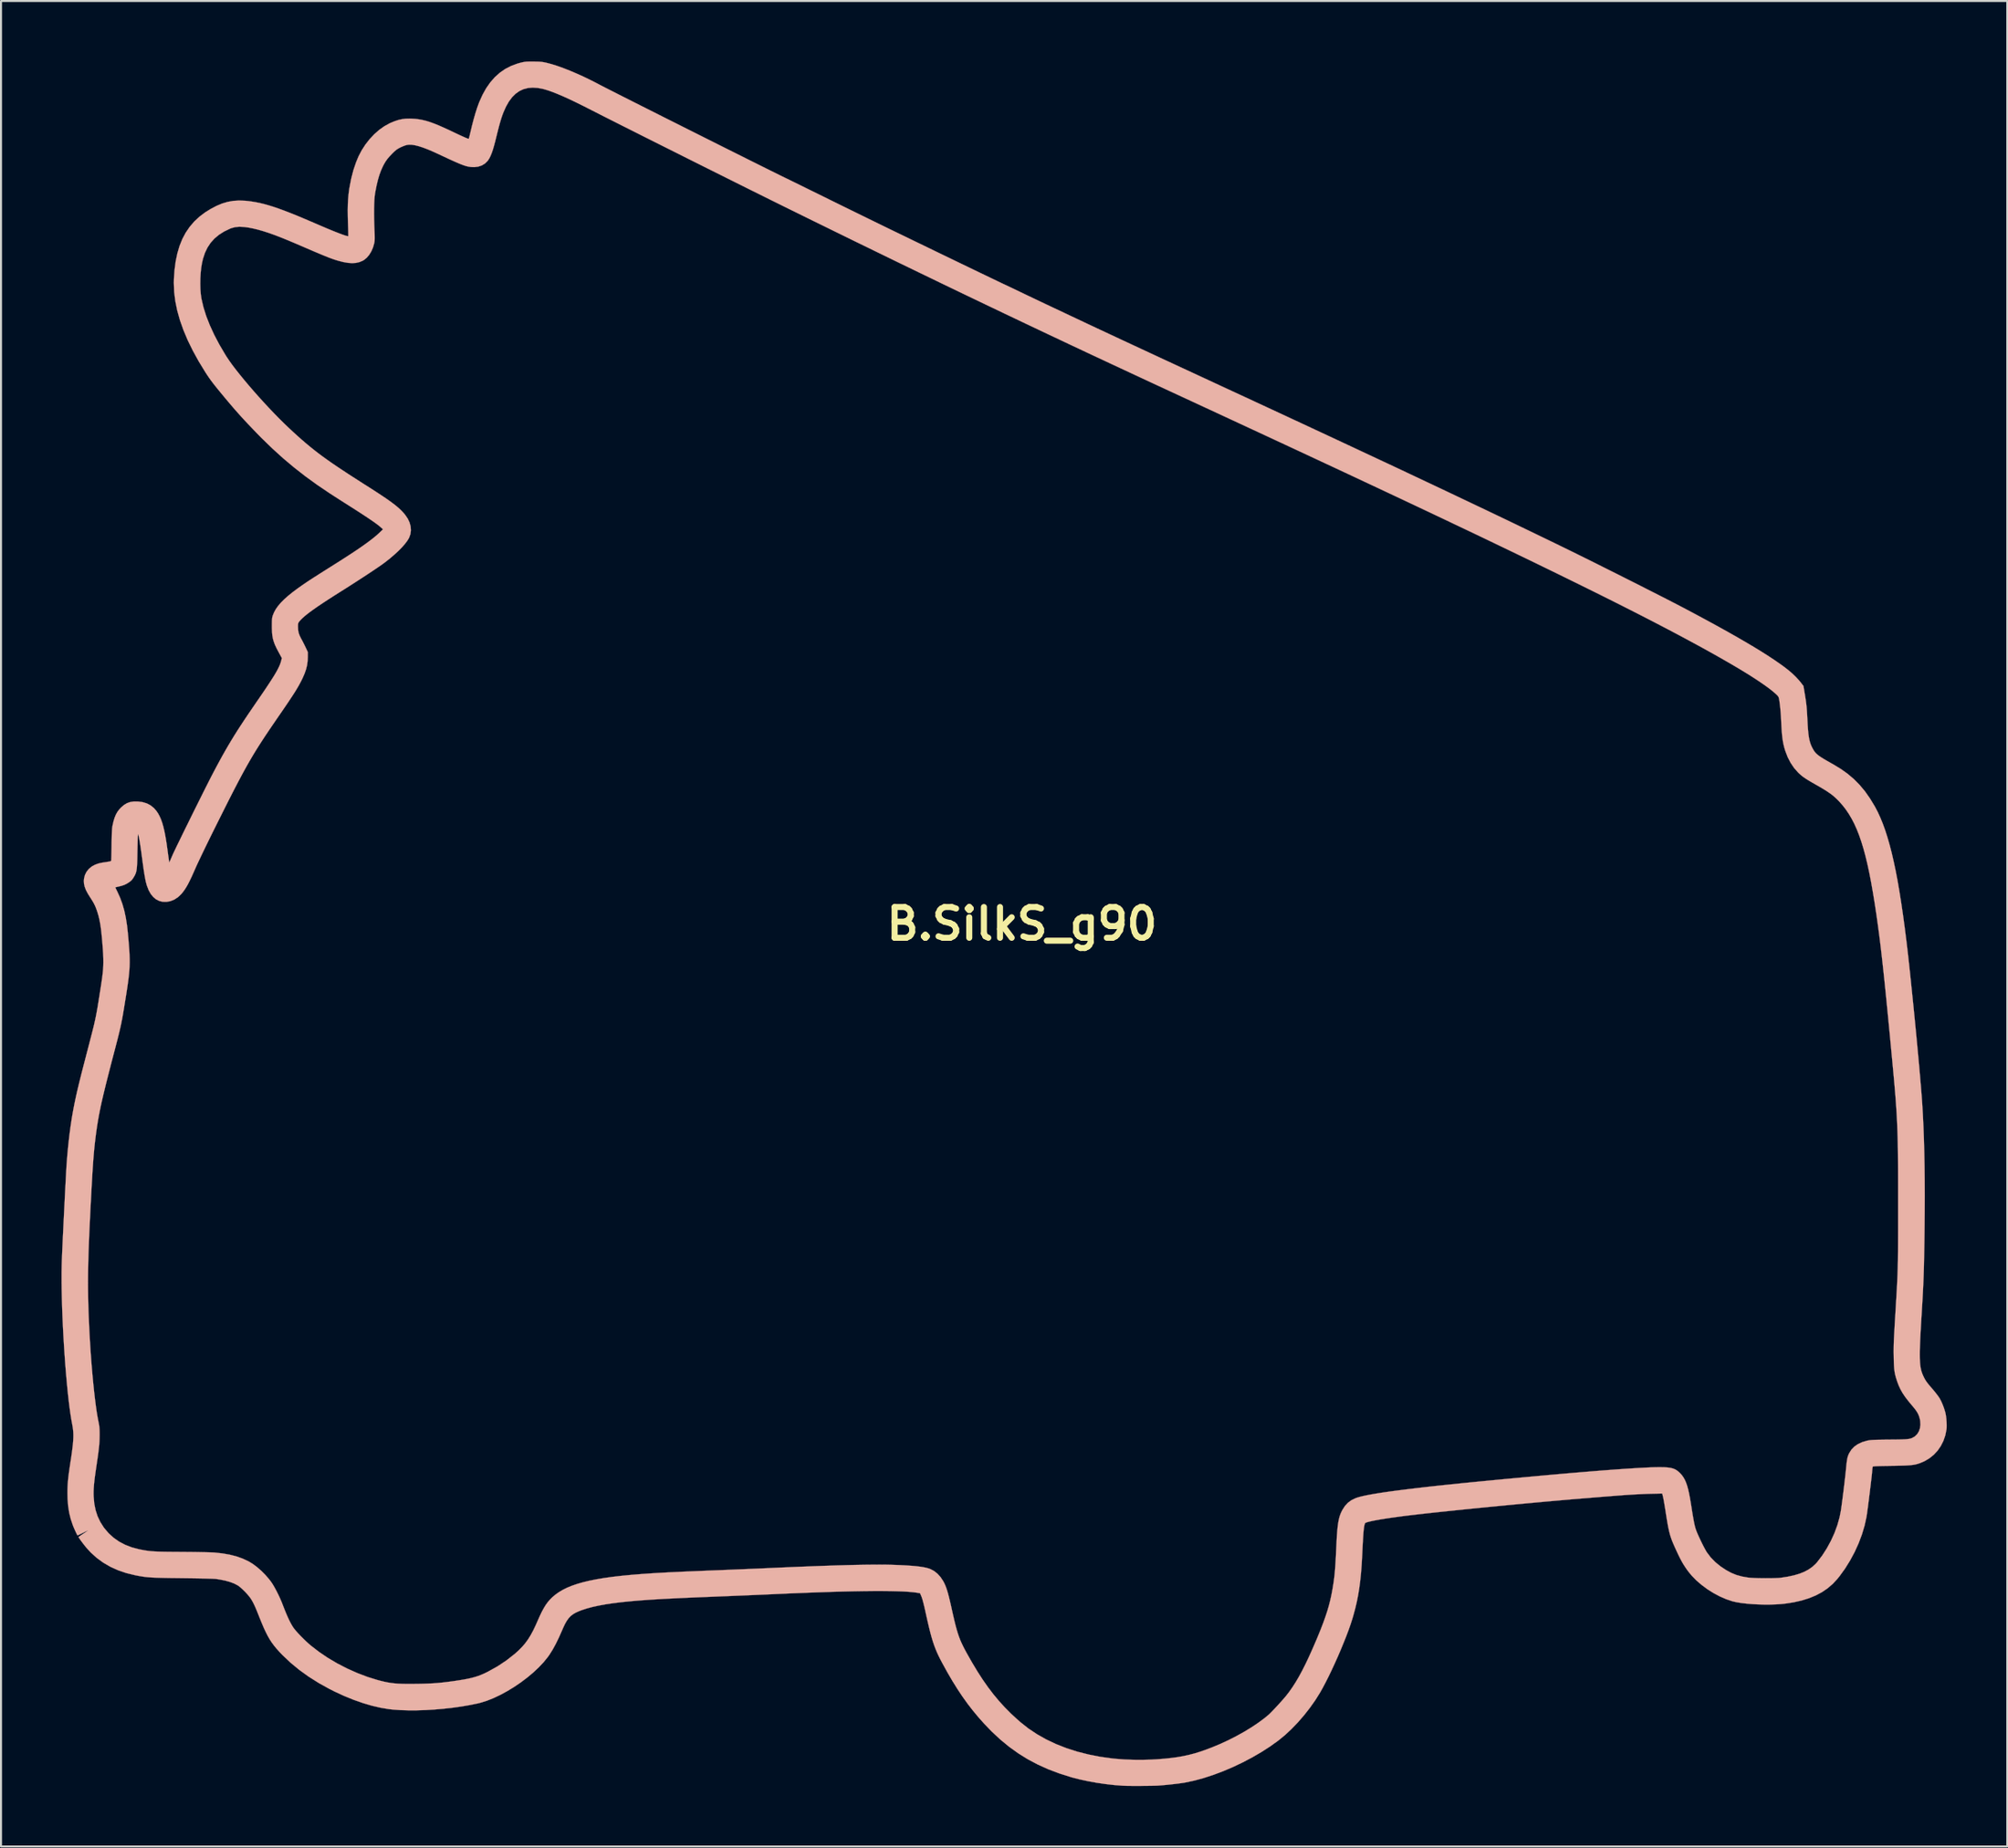
<source format=kicad_pcb>
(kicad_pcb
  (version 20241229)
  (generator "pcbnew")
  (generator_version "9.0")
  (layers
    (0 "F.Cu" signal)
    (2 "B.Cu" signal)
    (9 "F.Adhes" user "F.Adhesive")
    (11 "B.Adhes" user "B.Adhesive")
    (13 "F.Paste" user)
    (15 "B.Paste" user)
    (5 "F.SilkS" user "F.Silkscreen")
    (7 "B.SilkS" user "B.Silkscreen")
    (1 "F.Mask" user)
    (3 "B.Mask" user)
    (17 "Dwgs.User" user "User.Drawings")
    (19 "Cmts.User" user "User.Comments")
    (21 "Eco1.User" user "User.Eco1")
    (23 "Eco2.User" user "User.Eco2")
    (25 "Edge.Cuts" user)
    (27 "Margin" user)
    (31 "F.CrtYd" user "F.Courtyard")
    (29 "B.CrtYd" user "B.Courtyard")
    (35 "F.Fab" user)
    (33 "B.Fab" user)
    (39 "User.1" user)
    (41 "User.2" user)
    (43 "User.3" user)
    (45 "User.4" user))
  (footprint "B.SilkS_g90"
    (layer "F.Cu")
    (at 47.624 42.77)
    (property "Reference" "B.SilkS_g90" (at 0 0 0) (layer "F.SilkS") (effects (font (size 1.524 1.524) (thickness 0.3))))
    (attr through_hole)
    (fp_poly (pts (xy -24.225 -42.765) (xy -24.075 -42.763) (xy -23.957 -42.76) (xy -23.862 -42.754) (xy -23.778 -42.745) (xy -23.696 -42.731) (xy -23.606 -42.712) (xy -23.58 -42.706) (xy -23.328 -42.64) (xy -23.048 -42.552) (xy -22.742 -42.442) (xy -22.418 -42.315) (xy -22.079 -42.171) (xy -21.73 -42.013) (xy -21.378 -41.842) (xy -21.025 -41.662) (xy -20.966 -41.63) (xy -20.893 -41.592) (xy -20.785 -41.536) (xy -20.643 -41.463) (xy -20.47 -41.375) (xy -20.268 -41.273) (xy -20.04 -41.157) (xy -19.786 -41.028) (xy -19.51 -40.889) (xy -19.214 -40.739) (xy -18.9 -40.581) (xy -18.57 -40.415) (xy -18.226 -40.242) (xy -17.872 -40.063) (xy -17.507 -39.88) (xy -17.136 -39.694) (xy -16.76 -39.505) (xy -16.382 -39.315) (xy -16.003 -39.125) (xy -15.626 -38.936) (xy -15.253 -38.749) (xy -14.886 -38.565) (xy -14.528 -38.386) (xy -14.18 -38.212) (xy -13.845 -38.045) (xy -13.526 -37.885) (xy -13.223 -37.734) (xy -12.94 -37.593) (xy -12.679 -37.463) (xy -12.442 -37.345) (xy -12.231 -37.241) (xy -12.048 -37.15) (xy -11.895 -37.075) (xy -11.776 -37.017) (xy -11.719 -36.989) (xy -11.645 -36.954) (xy -11.538 -36.902) (xy -11.403 -36.835) (xy -11.244 -36.758) (xy -11.067 -36.671) (xy -10.877 -36.577) (xy -10.677 -36.478) (xy -10.474 -36.378) (xy -10.425 -36.354) (xy -10.153 -36.22) (xy -9.86 -36.076) (xy -9.552 -35.924) (xy -9.233 -35.767) (xy -8.909 -35.607) (xy -8.585 -35.449) (xy -8.267 -35.293) (xy -7.96 -35.142) (xy -7.67 -35) (xy -7.401 -34.869) (xy -7.16 -34.751) (xy -6.953 -34.65) (xy -6.656 -34.505) (xy -6.344 -34.354) (xy -6.02 -34.197) (xy -5.685 -34.035) (xy -5.344 -33.869) (xy -4.998 -33.702) (xy -4.65 -33.533) (xy -4.301 -33.364) (xy -3.956 -33.197) (xy -3.616 -33.033) (xy -3.283 -32.872) (xy -2.961 -32.717) (xy -2.651 -32.567) (xy -2.357 -32.425) (xy -2.08 -32.292) (xy -1.823 -32.169) (xy -1.589 -32.056) (xy -1.38 -31.956) (xy -1.199 -31.869) (xy -1.048 -31.797) (xy -0.93 -31.741) (xy -0.847 -31.702) (xy -0.836 -31.697) (xy -0.759 -31.661) (xy -0.656 -31.612) (xy -0.542 -31.558) (xy -0.429 -31.504) (xy -0.423 -31.501) (xy -0.247 -31.417) (xy -0.083 -31.338) (xy 0.072 -31.264) (xy 0.221 -31.192) (xy 0.368 -31.122) (xy 0.515 -31.052) (xy 0.666 -30.98) (xy 0.823 -30.905) (xy 0.991 -30.826) (xy 1.171 -30.74) (xy 1.368 -30.647) (xy 1.584 -30.545) (xy 1.823 -30.433) (xy 2.087 -30.308) (xy 2.379 -30.17) (xy 2.704 -30.017) (xy 3.063 -29.847) (xy 3.09 -29.835) (xy 3.28 -29.745) (xy 3.479 -29.652) (xy 3.688 -29.553) (xy 3.909 -29.45) (xy 4.144 -29.34) (xy 4.393 -29.224) (xy 4.658 -29.1) (xy 4.94 -28.968) (xy 5.241 -28.828) (xy 5.563 -28.678) (xy 5.906 -28.518) (xy 6.272 -28.348) (xy 6.662 -28.167) (xy 7.078 -27.973) (xy 7.521 -27.768) (xy 7.993 -27.549) (xy 8.495 -27.316) (xy 9.028 -27.069) (xy 9.593 -26.806) (xy 10.193 -26.528) (xy 10.828 -26.234) (xy 11.5 -25.923) (xy 11.599 -25.876) (xy 11.848 -25.761) (xy 12.128 -25.631) (xy 12.434 -25.489) (xy 12.761 -25.337) (xy 13.105 -25.177) (xy 13.461 -25.011) (xy 13.823 -24.843) (xy 14.186 -24.673) (xy 14.547 -24.505) (xy 14.899 -24.341) (xy 15.238 -24.183) (xy 15.559 -24.033) (xy 15.857 -23.894) (xy 16.127 -23.767) (xy 16.365 -23.656) (xy 16.394 -23.643) (xy 16.596 -23.548) (xy 16.805 -23.45) (xy 17.015 -23.352) (xy 17.218 -23.257) (xy 17.406 -23.169) (xy 17.573 -23.09) (xy 17.712 -23.026) (xy 17.748 -23.009) (xy 17.961 -22.909) (xy 18.207 -22.794) (xy 18.48 -22.666) (xy 18.775 -22.527) (xy 19.085 -22.381) (xy 19.407 -22.229) (xy 19.733 -22.075) (xy 20.059 -21.921) (xy 20.38 -21.77) (xy 20.688 -21.624) (xy 20.98 -21.486) (xy 21.25 -21.358) (xy 21.491 -21.244) (xy 21.654 -21.166) (xy 21.842 -21.076) (xy 22.025 -20.99) (xy 22.197 -20.908) (xy 22.353 -20.834) (xy 22.489 -20.769) (xy 22.6 -20.716) (xy 22.682 -20.678) (xy 22.722 -20.658) (xy 22.805 -20.619) (xy 22.913 -20.568) (xy 23.034 -20.51) (xy 23.156 -20.452) (xy 23.188 -20.436) (xy 23.311 -20.378) (xy 23.438 -20.317) (xy 23.558 -20.259) (xy 23.656 -20.213) (xy 23.675 -20.204) (xy 23.776 -20.155) (xy 23.911 -20.091) (xy 24.076 -20.012) (xy 24.266 -19.92) (xy 24.477 -19.819) (xy 24.706 -19.708) (xy 24.947 -19.592) (xy 25.196 -19.472) (xy 25.451 -19.349) (xy 25.705 -19.226) (xy 25.955 -19.105) (xy 26.197 -18.988) (xy 26.426 -18.877) (xy 26.639 -18.774) (xy 26.681 -18.753) (xy 26.925 -18.634) (xy 27.196 -18.501) (xy 27.492 -18.355) (xy 27.809 -18.198) (xy 28.143 -18.033) (xy 28.491 -17.86) (xy 28.848 -17.681) (xy 29.213 -17.498) (xy 29.581 -17.314) (xy 29.948 -17.129) (xy 30.312 -16.946) (xy 30.669 -16.766) (xy 31.014 -16.59) (xy 31.346 -16.422) (xy 31.66 -16.262) (xy 31.952 -16.113) (xy 32.22 -15.975) (xy 32.46 -15.851) (xy 32.668 -15.743) (xy 32.808 -15.67) (xy 33.421 -15.344) (xy 33.995 -15.035) (xy 34.532 -14.741) (xy 35.032 -14.463) (xy 35.497 -14.199) (xy 35.928 -13.949) (xy 36.324 -13.713) (xy 36.688 -13.49) (xy 37.019 -13.279) (xy 37.319 -13.081) (xy 37.589 -12.894) (xy 37.829 -12.719) (xy 38.014 -12.574) (xy 38.201 -12.414) (xy 38.38 -12.241) (xy 38.539 -12.068) (xy 38.612 -11.978) (xy 38.75 -11.8) (xy 38.816 -11.409) (xy 38.847 -11.219) (xy 38.872 -11.052) (xy 38.892 -10.897) (xy 38.908 -10.744) (xy 38.921 -10.583) (xy 38.932 -10.404) (xy 38.943 -10.196) (xy 38.947 -10.118) (xy 38.961 -9.852) (xy 38.977 -9.623) (xy 38.996 -9.427) (xy 39.02 -9.257) (xy 39.049 -9.11) (xy 39.085 -8.979) (xy 39.128 -8.86) (xy 39.18 -8.747) (xy 39.241 -8.636) (xy 39.243 -8.633) (xy 39.285 -8.567) (xy 39.331 -8.506) (xy 39.385 -8.448) (xy 39.45 -8.389) (xy 39.531 -8.327) (xy 39.631 -8.259) (xy 39.754 -8.182) (xy 39.905 -8.093) (xy 40.086 -7.99) (xy 40.229 -7.91) (xy 40.601 -7.685) (xy 40.941 -7.443) (xy 41.252 -7.179) (xy 41.538 -6.889) (xy 41.804 -6.57) (xy 42.052 -6.217) (xy 42.287 -5.828) (xy 42.306 -5.794) (xy 42.438 -5.541) (xy 42.564 -5.266) (xy 42.686 -4.968) (xy 42.802 -4.646) (xy 42.914 -4.298) (xy 43.022 -3.923) (xy 43.127 -3.52) (xy 43.227 -3.086) (xy 43.325 -2.621) (xy 43.42 -2.123) (xy 43.512 -1.59) (xy 43.602 -1.021) (xy 43.691 -0.414) (xy 43.778 0.231) (xy 43.864 0.917) (xy 43.889 1.132) (xy 43.923 1.423) (xy 43.959 1.745) (xy 43.998 2.094) (xy 44.038 2.466) (xy 44.079 2.859) (xy 44.121 3.268) (xy 44.164 3.689) (xy 44.208 4.12) (xy 44.251 4.556) (xy 44.294 4.994) (xy 44.336 5.43) (xy 44.377 5.861) (xy 44.416 6.283) (xy 44.454 6.692) (xy 44.49 7.084) (xy 44.523 7.457) (xy 44.553 7.806) (xy 44.58 8.128) (xy 44.604 8.419) (xy 44.623 8.675) (xy 44.639 8.894) (xy 44.64 8.911) (xy 44.673 9.471) (xy 44.701 10.059) (xy 44.724 10.676) (xy 44.742 11.325) (xy 44.755 12.006) (xy 44.763 12.722) (xy 44.766 13.474) (xy 44.763 14.263) (xy 44.756 15.092) (xy 44.749 15.674) (xy 44.743 16.045) (xy 44.737 16.379) (xy 44.731 16.685) (xy 44.725 16.967) (xy 44.717 17.232) (xy 44.709 17.487) (xy 44.699 17.737) (xy 44.688 17.99) (xy 44.675 18.252) (xy 44.66 18.529) (xy 44.643 18.828) (xy 44.623 19.154) (xy 44.61 19.378) (xy 44.586 19.768) (xy 44.566 20.119) (xy 44.549 20.434) (xy 44.536 20.714) (xy 44.526 20.963) (xy 44.52 21.183) (xy 44.519 21.377) (xy 44.521 21.549) (xy 44.527 21.7) (xy 44.537 21.833) (xy 44.552 21.952) (xy 44.57 22.058) (xy 44.593 22.155) (xy 44.621 22.246) (xy 44.653 22.332) (xy 44.69 22.417) (xy 44.704 22.447) (xy 44.745 22.531) (xy 44.787 22.607) (xy 44.834 22.681) (xy 44.89 22.759) (xy 44.961 22.849) (xy 45.052 22.957) (xy 45.159 23.081) (xy 45.248 23.187) (xy 45.336 23.298) (xy 45.416 23.403) (xy 45.479 23.493) (xy 45.5 23.525) (xy 45.577 23.668) (xy 45.652 23.838) (xy 45.721 24.02) (xy 45.776 24.199) (xy 45.798 24.289) (xy 45.82 24.414) (xy 45.837 24.562) (xy 45.848 24.718) (xy 45.852 24.868) (xy 45.85 25) (xy 45.843 25.072) (xy 45.785 25.365) (xy 45.691 25.639) (xy 45.563 25.893) (xy 45.404 26.124) (xy 45.215 26.328) (xy 44.998 26.503) (xy 44.757 26.647) (xy 44.556 26.733) (xy 44.472 26.763) (xy 44.392 26.788) (xy 44.31 26.809) (xy 44.222 26.826) (xy 44.124 26.839) (xy 44.01 26.85) (xy 43.876 26.859) (xy 43.717 26.866) (xy 43.529 26.871) (xy 43.307 26.876) (xy 43.1 26.879) (xy 42.873 26.883) (xy 42.684 26.886) (xy 42.532 26.89) (xy 42.412 26.894) (xy 42.321 26.898) (xy 42.257 26.904) (xy 42.215 26.909) (xy 42.193 26.916) (xy 42.187 26.92) (xy 42.179 26.953) (xy 42.169 27.016) (xy 42.161 27.101) (xy 42.157 27.156) (xy 42.151 27.225) (xy 42.14 27.331) (xy 42.125 27.467) (xy 42.106 27.628) (xy 42.085 27.809) (xy 42.061 28.003) (xy 42.037 28.205) (xy 42.011 28.41) (xy 41.986 28.611) (xy 41.961 28.803) (xy 41.938 28.981) (xy 41.916 29.138) (xy 41.898 29.269) (xy 41.883 29.369) (xy 41.876 29.411) (xy 41.782 29.842) (xy 41.651 30.281) (xy 41.486 30.719) (xy 41.289 31.152) (xy 41.064 31.572) (xy 40.814 31.974) (xy 40.541 32.352) (xy 40.431 32.488) (xy 40.204 32.733) (xy 39.952 32.95) (xy 39.674 33.14) (xy 39.367 33.304) (xy 39.03 33.443) (xy 38.662 33.557) (xy 38.26 33.648) (xy 37.878 33.708) (xy 37.633 33.734) (xy 37.365 33.751) (xy 37.081 33.759) (xy 36.789 33.759) (xy 36.495 33.751) (xy 36.207 33.735) (xy 35.931 33.712) (xy 35.675 33.682) (xy 35.446 33.645) (xy 35.25 33.601) (xy 35.225 33.594) (xy 34.914 33.49) (xy 34.6 33.353) (xy 34.289 33.187) (xy 33.988 32.997) (xy 33.703 32.786) (xy 33.441 32.561) (xy 33.21 32.324) (xy 33.044 32.122) (xy 32.95 31.992) (xy 32.866 31.867) (xy 32.786 31.741) (xy 32.709 31.606) (xy 32.63 31.457) (xy 32.546 31.286) (xy 32.453 31.088) (xy 32.367 30.899) (xy 32.3 30.747) (xy 32.242 30.607) (xy 32.193 30.475) (xy 32.149 30.343) (xy 32.111 30.205) (xy 32.075 30.055) (xy 32.04 29.887) (xy 32.005 29.693) (xy 31.968 29.468) (xy 31.94 29.295) (xy 31.906 29.074) (xy 31.876 28.891) (xy 31.851 28.741) (xy 31.83 28.618) (xy 31.811 28.519) (xy 31.795 28.439) (xy 31.779 28.372) (xy 31.771 28.342) (xy 31.747 28.251) (xy 31.172 28.264) (xy 30.979 28.27) (xy 30.759 28.279) (xy 30.528 28.29) (xy 30.299 28.302) (xy 30.089 28.315) (xy 30.004 28.321) (xy 29.881 28.329) (xy 29.766 28.338) (xy 29.654 28.346) (xy 29.542 28.355) (xy 29.424 28.364) (xy 29.298 28.374) (xy 29.159 28.385) (xy 29.004 28.397) (xy 28.827 28.411) (xy 28.626 28.427) (xy 28.396 28.446) (xy 28.133 28.468) (xy 27.833 28.492) (xy 27.728 28.501) (xy 27.323 28.534) (xy 26.894 28.571) (xy 26.446 28.61) (xy 25.982 28.651) (xy 25.505 28.695) (xy 25.018 28.74) (xy 24.525 28.786) (xy 24.029 28.833) (xy 23.533 28.881) (xy 23.041 28.929) (xy 22.556 28.977) (xy 22.082 29.025) (xy 21.621 29.072) (xy 21.177 29.118) (xy 20.754 29.162) (xy 20.354 29.205) (xy 19.981 29.246) (xy 19.639 29.285) (xy 19.33 29.321) (xy 19.058 29.353) (xy 18.923 29.37) (xy 18.603 29.413) (xy 18.306 29.454) (xy 18.034 29.495) (xy 17.79 29.534) (xy 17.575 29.572) (xy 17.392 29.607) (xy 17.243 29.64) (xy 17.129 29.67) (xy 17.053 29.697) (xy 17.017 29.72) (xy 17.016 29.722) (xy 16.999 29.759) (xy 16.985 29.808) (xy 16.971 29.872) (xy 16.958 29.953) (xy 16.946 30.055) (xy 16.934 30.182) (xy 16.923 30.335) (xy 16.911 30.518) (xy 16.899 30.734) (xy 16.886 30.986) (xy 16.872 31.277) (xy 16.87 31.316) (xy 16.845 31.77) (xy 16.813 32.189) (xy 16.773 32.579) (xy 16.725 32.946) (xy 16.668 33.297) (xy 16.6 33.638) (xy 16.52 33.975) (xy 16.428 34.315) (xy 16.382 34.47) (xy 16.299 34.728) (xy 16.198 35.015) (xy 16.081 35.327) (xy 15.95 35.655) (xy 15.81 35.995) (xy 15.662 36.339) (xy 15.509 36.681) (xy 15.355 37.014) (xy 15.201 37.333) (xy 15.051 37.63) (xy 14.908 37.9) (xy 14.789 38.111) (xy 14.547 38.499) (xy 14.277 38.881) (xy 13.985 39.253) (xy 13.678 39.607) (xy 13.359 39.938) (xy 13.035 40.239) (xy 12.71 40.505) (xy 12.703 40.51) (xy 12.301 40.798) (xy 11.871 41.075) (xy 11.418 41.338) (xy 10.949 41.585) (xy 10.469 41.813) (xy 9.984 42.02) (xy 9.499 42.203) (xy 9.021 42.359) (xy 8.555 42.487) (xy 8.107 42.583) (xy 8.033 42.596) (xy 7.906 42.615) (xy 7.747 42.637) (xy 7.566 42.659) (xy 7.371 42.68) (xy 7.174 42.701) (xy 6.984 42.718) (xy 6.811 42.732) (xy 6.773 42.735) (xy 6.682 42.74) (xy 6.555 42.744) (xy 6.4 42.747) (xy 6.225 42.749) (xy 6.037 42.751) (xy 5.843 42.752) (xy 5.65 42.752) (xy 5.466 42.752) (xy 5.298 42.75) (xy 5.153 42.748) (xy 5.038 42.744) (xy 4.995 42.742) (xy 4.576 42.71) (xy 4.14 42.66) (xy 3.701 42.596) (xy 3.268 42.517) (xy 2.853 42.427) (xy 2.467 42.328) (xy 2.424 42.315) (xy 1.843 42.131) (xy 1.295 41.923) (xy 0.777 41.689) (xy 0.284 41.427) (xy -0.187 41.134) (xy -0.64 40.808) (xy -1.077 40.448) (xy -1.503 40.051) (xy -1.88 39.659) (xy -2.166 39.337) (xy -2.437 39.01) (xy -2.697 38.674) (xy -2.949 38.322) (xy -3.197 37.95) (xy -3.444 37.553) (xy -3.694 37.125) (xy -3.946 36.667) (xy -4.045 36.48) (xy -4.133 36.303) (xy -4.213 36.13) (xy -4.285 35.957) (xy -4.353 35.778) (xy -4.417 35.588) (xy -4.479 35.382) (xy -4.541 35.155) (xy -4.604 34.903) (xy -4.671 34.619) (xy -4.743 34.3) (xy -4.752 34.258) (xy -4.801 34.035) (xy -4.844 33.849) (xy -4.882 33.695) (xy -4.915 33.569) (xy -4.945 33.467) (xy -4.973 33.385) (xy -5 33.316) (xy -5.002 33.314) (xy -5.053 33.196) (xy -5.207 33.171) (xy -5.39 33.146) (xy -5.613 33.126) (xy -5.878 33.11) (xy -6.184 33.098) (xy -6.532 33.09) (xy -6.92 33.086) (xy -7.351 33.086) (xy -7.823 33.091) (xy -8.336 33.1) (xy -8.891 33.113) (xy -9.488 33.13) (xy -10.127 33.152) (xy -10.808 33.178) (xy -11.531 33.207) (xy -12.296 33.241) (xy -12.298 33.242) (xy -12.545 33.253) (xy -12.825 33.265) (xy -13.13 33.278) (xy -13.45 33.292) (xy -13.776 33.306) (xy -14.1 33.319) (xy -14.413 33.332) (xy -14.704 33.344) (xy -14.806 33.348) (xy -15.296 33.368) (xy -15.747 33.386) (xy -16.16 33.403) (xy -16.54 33.419) (xy -16.889 33.435) (xy -17.209 33.45) (xy -17.503 33.465) (xy -17.775 33.479) (xy -18.026 33.493) (xy -18.261 33.507) (xy -18.48 33.521) (xy -18.688 33.536) (xy -18.887 33.55) (xy -19.08 33.566) (xy -19.269 33.582) (xy -19.367 33.591) (xy -19.831 33.637) (xy -20.254 33.689) (xy -20.639 33.746) (xy -20.989 33.81) (xy -21.304 33.879) (xy -21.587 33.956) (xy -21.841 34.039) (xy -21.971 34.09) (xy -22.127 34.16) (xy -22.26 34.238) (xy -22.376 34.329) (xy -22.478 34.437) (xy -22.572 34.568) (xy -22.663 34.728) (xy -22.754 34.922) (xy -22.796 35.02) (xy -22.957 35.384) (xy -23.116 35.71) (xy -23.274 35.998) (xy -23.429 36.245) (xy -23.506 36.354) (xy -23.716 36.614) (xy -23.961 36.874) (xy -24.235 37.131) (xy -24.534 37.381) (xy -24.85 37.619) (xy -25.18 37.844) (xy -25.519 38.05) (xy -25.859 38.235) (xy -26.198 38.396) (xy -26.528 38.528) (xy -26.845 38.627) (xy -26.966 38.658) (xy -27.367 38.74) (xy -27.788 38.813) (xy -28.225 38.875) (xy -28.671 38.925) (xy -29.119 38.964) (xy -29.563 38.991) (xy -29.996 39.005) (xy -30.413 39.006) (xy -30.807 38.994) (xy -31.172 38.969) (xy -31.39 38.945) (xy -31.805 38.875) (xy -32.241 38.773) (xy -32.692 38.64) (xy -33.154 38.477) (xy -33.623 38.285) (xy -34.094 38.067) (xy -34.328 37.949) (xy -34.866 37.651) (xy -35.368 37.334) (xy -35.834 36.999) (xy -36.266 36.642) (xy -36.665 36.265) (xy -36.684 36.245) (xy -36.834 36.088) (xy -36.967 35.939) (xy -37.087 35.792) (xy -37.197 35.643) (xy -37.299 35.486) (xy -37.396 35.317) (xy -37.492 35.13) (xy -37.59 34.92) (xy -37.692 34.682) (xy -37.802 34.411) (xy -37.858 34.269) (xy -37.939 34.067) (xy -38.01 33.898) (xy -38.075 33.757) (xy -38.137 33.635) (xy -38.198 33.528) (xy -38.238 33.464) (xy -38.314 33.361) (xy -38.412 33.244) (xy -38.524 33.123) (xy -38.642 33.008) (xy -38.755 32.906) (xy -38.855 32.828) (xy -38.878 32.813) (xy -39.05 32.721) (xy -39.26 32.64) (xy -39.505 32.571) (xy -39.782 32.516) (xy -39.973 32.487) (xy -40.023 32.484) (xy -40.111 32.479) (xy -40.233 32.475) (xy -40.387 32.471) (xy -40.566 32.466) (xy -40.769 32.462) (xy -40.99 32.458) (xy -41.226 32.454) (xy -41.473 32.451) (xy -41.624 32.449) (xy -41.94 32.445) (xy -42.217 32.442) (xy -42.46 32.438) (xy -42.672 32.433) (xy -42.857 32.428) (xy -43.019 32.422) (xy -43.161 32.415) (xy -43.288 32.406) (xy -43.403 32.396) (xy -43.51 32.384) (xy -43.614 32.369) (xy -43.717 32.352) (xy -43.824 32.333) (xy -43.938 32.311) (xy -43.984 32.301) (xy -44.417 32.195) (xy -44.822 32.056) (xy -45.201 31.885) (xy -45.552 31.681) (xy -45.876 31.445) (xy -46.174 31.176) (xy -46.395 30.934) (xy -46.461 30.853) (xy -46.532 30.762) (xy -46.602 30.67) (xy -46.667 30.582) (xy -46.721 30.506) (xy -46.759 30.447) (xy -46.778 30.414) (xy -46.778 30.41) (xy -46.762 30.396) (xy -46.716 30.363) (xy -46.648 30.316) (xy -46.565 30.26) (xy -46.545 30.247) (xy -46.459 30.19) (xy -46.388 30.141) (xy -46.337 30.105) (xy -46.313 30.087) (xy -46.313 30.085) (xy -46.33 30.091) (xy -46.379 30.113) (xy -46.452 30.148) (xy -46.541 30.192) (xy -46.569 30.206) (xy -46.663 30.252) (xy -46.742 30.29) (xy -46.8 30.317) (xy -46.829 30.328) (xy -46.831 30.328) (xy -46.85 30.297) (xy -46.881 30.236) (xy -46.92 30.153) (xy -46.963 30.06) (xy -47.006 29.963) (xy -47.043 29.873) (xy -47.064 29.82) (xy -47.166 29.514) (xy -47.243 29.202) (xy -47.294 28.875) (xy -47.322 28.525) (xy -47.328 28.23) (xy -47.327 28.065) (xy -47.322 27.908) (xy -47.313 27.753) (xy -47.3 27.591) (xy -47.281 27.415) (xy -47.256 27.219) (xy -47.224 26.995) (xy -47.19 26.766) (xy -47.145 26.473) (xy -47.109 26.217) (xy -47.08 25.994) (xy -47.058 25.798) (xy -47.044 25.626) (xy -47.036 25.472) (xy -47.035 25.332) (xy -47.04 25.202) (xy -47.052 25.077) (xy -47.069 24.952) (xy -47.092 24.823) (xy -47.094 24.814) (xy -47.142 24.549) (xy -47.189 24.246) (xy -47.235 23.908) (xy -47.279 23.539) (xy -47.322 23.143) (xy -47.362 22.725) (xy -47.401 22.287) (xy -47.438 21.833) (xy -47.471 21.368) (xy -47.502 20.895) (xy -47.53 20.419) (xy -47.555 19.942) (xy -47.576 19.469) (xy -47.593 19.004) (xy -47.606 18.55) (xy -47.615 18.111) (xy -47.618 17.816) (xy -46.311 17.816) (xy -46.309 18.178) (xy -46.304 18.538) (xy -46.295 18.901) (xy -46.284 19.271) (xy -46.268 19.652) (xy -46.25 20.048) (xy -46.238 20.288) (xy -46.212 20.736) (xy -46.184 21.18) (xy -46.152 21.617) (xy -46.118 22.044) (xy -46.082 22.457) (xy -46.044 22.853) (xy -46.005 23.228) (xy -45.964 23.578) (xy -45.923 23.9) (xy -45.882 24.19) (xy -45.84 24.444) (xy -45.801 24.649) (xy -45.776 24.773) (xy -45.758 24.876) (xy -45.747 24.969) (xy -45.74 25.066) (xy -45.736 25.178) (xy -45.735 25.318) (xy -45.735 25.337) (xy -45.737 25.464) (xy -45.74 25.587) (xy -45.746 25.711) (xy -45.756 25.841) (xy -45.77 25.984) (xy -45.789 26.143) (xy -45.812 26.325) (xy -45.842 26.536) (xy -45.878 26.779) (xy -45.899 26.924) (xy -45.939 27.197) (xy -45.972 27.434) (xy -45.997 27.64) (xy -46.015 27.821) (xy -46.027 27.983) (xy -46.034 28.131) (xy -46.035 28.271) (xy -46.031 28.406) (xy -46 28.753) (xy -45.935 29.076) (xy -45.837 29.377) (xy -45.703 29.66) (xy -45.534 29.927) (xy -45.5 29.973) (xy -45.283 30.227) (xy -45.039 30.448) (xy -44.767 30.638) (xy -44.468 30.796) (xy -44.14 30.922) (xy -43.785 31.016) (xy -43.754 31.022) (xy -43.64 31.045) (xy -43.535 31.064) (xy -43.435 31.081) (xy -43.335 31.095) (xy -43.232 31.107) (xy -43.121 31.117) (xy -42.999 31.125) (xy -42.86 31.131) (xy -42.702 31.136) (xy -42.519 31.14) (xy -42.309 31.143) (xy -42.066 31.145) (xy -41.786 31.147) (xy -41.656 31.148) (xy -41.413 31.15) (xy -41.176 31.152) (xy -40.948 31.155) (xy -40.734 31.159) (xy -40.539 31.163) (xy -40.369 31.167) (xy -40.226 31.171) (xy -40.117 31.175) (xy -40.047 31.179) (xy -39.651 31.222) (xy -39.289 31.285) (xy -38.958 31.369) (xy -38.654 31.475) (xy -38.374 31.604) (xy -38.339 31.622) (xy -38.137 31.746) (xy -37.928 31.902) (xy -37.72 32.084) (xy -37.52 32.285) (xy -37.336 32.496) (xy -37.226 32.641) (xy -37.146 32.763) (xy -37.056 32.917) (xy -36.962 33.092) (xy -36.868 33.279) (xy -36.78 33.469) (xy -36.702 33.652) (xy -36.681 33.708) (xy -36.583 33.958) (xy -36.496 34.173) (xy -36.417 34.357) (xy -36.345 34.514) (xy -36.277 34.65) (xy -36.211 34.77) (xy -36.145 34.877) (xy -36.135 34.893) (xy -36.073 34.976) (xy -35.986 35.081) (xy -35.878 35.2) (xy -35.756 35.328) (xy -35.626 35.458) (xy -35.495 35.585) (xy -35.367 35.702) (xy -35.264 35.791) (xy -34.856 36.106) (xy -34.416 36.404) (xy -33.948 36.68) (xy -33.461 36.931) (xy -32.959 37.155) (xy -32.451 37.348) (xy -31.972 37.497) (xy -31.788 37.546) (xy -31.618 37.587) (xy -31.454 37.621) (xy -31.291 37.647) (xy -31.123 37.667) (xy -30.944 37.682) (xy -30.747 37.69) (xy -30.527 37.695) (xy -30.277 37.695) (xy -29.991 37.692) (xy -29.975 37.692) (xy -29.688 37.686) (xy -29.433 37.677) (xy -29.199 37.666) (xy -28.978 37.65) (xy -28.759 37.629) (xy -28.532 37.603) (xy -28.287 37.571) (xy -28.205 37.56) (xy -27.927 37.518) (xy -27.686 37.479) (xy -27.475 37.439) (xy -27.287 37.396) (xy -27.117 37.35) (xy -26.959 37.299) (xy -26.806 37.24) (xy -26.652 37.173) (xy -26.492 37.095) (xy -26.474 37.086) (xy -26.007 36.826) (xy -25.566 36.533) (xy -25.147 36.204) (xy -25.134 36.193) (xy -24.947 36.024) (xy -24.78 35.854) (xy -24.629 35.677) (xy -24.491 35.488) (xy -24.361 35.278) (xy -24.234 35.044) (xy -24.107 34.778) (xy -24.018 34.576) (xy -23.909 34.33) (xy -23.809 34.121) (xy -23.712 33.941) (xy -23.617 33.785) (xy -23.519 33.649) (xy -23.415 33.526) (xy -23.302 33.412) (xy -23.293 33.403) (xy -23.137 33.27) (xy -22.964 33.147) (xy -22.771 33.032) (xy -22.558 32.926) (xy -22.321 32.828) (xy -22.06 32.738) (xy -21.773 32.655) (xy -21.458 32.579) (xy -21.113 32.51) (xy -20.737 32.446) (xy -20.328 32.389) (xy -19.884 32.337) (xy -19.403 32.29) (xy -18.885 32.247) (xy -18.326 32.208) (xy -18.119 32.196) (xy -17.953 32.186) (xy -17.784 32.177) (xy -17.61 32.167) (xy -17.427 32.158) (xy -17.231 32.149) (xy -17.02 32.139) (xy -16.79 32.128) (xy -16.537 32.117) (xy -16.26 32.106) (xy -15.953 32.093) (xy -15.614 32.079) (xy -15.24 32.064) (xy -14.827 32.048) (xy -14.785 32.046) (xy -14.559 32.037) (xy -14.299 32.026) (xy -14.012 32.014) (xy -13.708 32.002) (xy -13.394 31.988) (xy -13.078 31.975) (xy -12.769 31.961) (xy -12.474 31.948) (xy -12.298 31.94) (xy -11.591 31.909) (xy -10.926 31.882) (xy -10.302 31.858) (xy -9.719 31.837) (xy -9.177 31.819) (xy -8.675 31.805) (xy -8.213 31.794) (xy -7.791 31.786) (xy -7.407 31.782) (xy -7.062 31.78) (xy -6.755 31.782) (xy -6.486 31.788) (xy -6.392 31.791) (xy -6.051 31.804) (xy -5.748 31.819) (xy -5.483 31.837) (xy -5.252 31.857) (xy -5.053 31.881) (xy -4.882 31.907) (xy -4.738 31.937) (xy -4.618 31.971) (xy -4.547 31.996) (xy -4.361 32.093) (xy -4.189 32.229) (xy -4.036 32.399) (xy -3.906 32.595) (xy -3.854 32.693) (xy -3.806 32.798) (xy -3.76 32.914) (xy -3.715 33.047) (xy -3.669 33.201) (xy -3.622 33.38) (xy -3.571 33.589) (xy -3.515 33.833) (xy -3.481 33.988) (xy -3.414 34.287) (xy -3.353 34.55) (xy -3.296 34.782) (xy -3.24 34.987) (xy -3.184 35.173) (xy -3.127 35.343) (xy -3.066 35.503) (xy -2.999 35.658) (xy -2.925 35.814) (xy -2.843 35.976) (xy -2.749 36.15) (xy -2.749 36.15) (xy -2.478 36.628) (xy -2.213 37.069) (xy -1.95 37.477) (xy -1.685 37.856) (xy -1.416 38.209) (xy -1.139 38.542) (xy -0.851 38.858) (xy -0.55 39.162) (xy -0.23 39.457) (xy -0.074 39.594) (xy 0.319 39.905) (xy 0.745 40.189) (xy 1.201 40.447) (xy 1.685 40.677) (xy 2.198 40.878) (xy 2.736 41.052) (xy 3.298 41.195) (xy 3.882 41.309) (xy 4.488 41.393) (xy 4.678 41.412) (xy 5.092 41.443) (xy 5.529 41.459) (xy 5.973 41.462) (xy 6.407 41.45) (xy 6.689 41.434) (xy 7.061 41.405) (xy 7.398 41.369) (xy 7.709 41.327) (xy 8 41.276) (xy 8.281 41.215) (xy 8.559 41.142) (xy 8.841 41.055) (xy 9.135 40.952) (xy 9.43 40.84) (xy 9.833 40.672) (xy 10.235 40.486) (xy 10.629 40.285) (xy 11.01 40.074) (xy 11.371 39.854) (xy 11.707 39.63) (xy 12.011 39.406) (xy 12.219 39.235) (xy 12.28 39.179) (xy 12.362 39.097) (xy 12.461 38.995) (xy 12.572 38.878) (xy 12.687 38.754) (xy 12.802 38.627) (xy 12.911 38.505) (xy 13.009 38.393) (xy 13.09 38.297) (xy 13.095 38.291) (xy 13.256 38.083) (xy 13.415 37.856) (xy 13.574 37.608) (xy 13.734 37.336) (xy 13.896 37.037) (xy 14.062 36.708) (xy 14.233 36.347) (xy 14.411 35.951) (xy 14.598 35.518) (xy 14.673 35.338) (xy 14.816 34.988) (xy 14.939 34.669) (xy 15.045 34.373) (xy 15.137 34.095) (xy 15.216 33.826) (xy 15.284 33.562) (xy 15.343 33.295) (xy 15.395 33.019) (xy 15.408 32.946) (xy 15.435 32.779) (xy 15.459 32.621) (xy 15.48 32.465) (xy 15.499 32.306) (xy 15.515 32.138) (xy 15.53 31.958) (xy 15.544 31.758) (xy 15.557 31.533) (xy 15.571 31.279) (xy 15.584 30.99) (xy 15.589 30.893) (xy 15.603 30.594) (xy 15.618 30.334) (xy 15.635 30.108) (xy 15.654 29.912) (xy 15.676 29.742) (xy 15.702 29.594) (xy 15.732 29.463) (xy 15.766 29.346) (xy 15.807 29.238) (xy 15.854 29.136) (xy 15.893 29.062) (xy 16.018 28.869) (xy 16.164 28.711) (xy 16.335 28.585) (xy 16.535 28.487) (xy 16.595 28.465) (xy 16.728 28.424) (xy 16.898 28.382) (xy 17.103 28.338) (xy 17.344 28.293) (xy 17.622 28.246) (xy 17.938 28.197) (xy 18.291 28.146) (xy 18.682 28.094) (xy 19.112 28.04) (xy 19.581 27.984) (xy 20.09 27.925) (xy 20.639 27.865) (xy 21.228 27.803) (xy 21.858 27.738) (xy 22.53 27.672) (xy 23.135 27.613) (xy 23.906 27.539) (xy 24.647 27.47) (xy 25.356 27.405) (xy 26.033 27.343) (xy 26.677 27.286) (xy 27.288 27.233) (xy 27.864 27.185) (xy 28.406 27.14) (xy 28.912 27.1) (xy 29.381 27.065) (xy 29.814 27.034) (xy 30.209 27.008) (xy 30.566 26.986) (xy 30.883 26.969) (xy 31.161 26.956) (xy 31.398 26.949) (xy 31.593 26.946) (xy 31.612 26.946) (xy 31.825 26.949) (xy 32.001 26.959) (xy 32.148 26.978) (xy 32.27 27.007) (xy 32.373 27.047) (xy 32.465 27.099) (xy 32.542 27.158) (xy 32.64 27.249) (xy 32.726 27.345) (xy 32.801 27.451) (xy 32.869 27.571) (xy 32.929 27.709) (xy 32.984 27.867) (xy 33.035 28.052) (xy 33.083 28.266) (xy 33.13 28.513) (xy 33.177 28.797) (xy 33.189 28.871) (xy 33.227 29.118) (xy 33.261 29.326) (xy 33.292 29.502) (xy 33.319 29.649) (xy 33.344 29.772) (xy 33.368 29.875) (xy 33.392 29.963) (xy 33.413 30.028) (xy 33.45 30.13) (xy 33.504 30.259) (xy 33.57 30.407) (xy 33.644 30.564) (xy 33.721 30.723) (xy 33.797 30.874) (xy 33.869 31.009) (xy 33.931 31.119) (xy 33.961 31.168) (xy 34.15 31.418) (xy 34.375 31.65) (xy 34.639 31.866) (xy 34.919 32.051) (xy 35.174 32.189) (xy 35.432 32.294) (xy 35.704 32.369) (xy 35.999 32.42) (xy 36.068 32.428) (xy 36.183 32.437) (xy 36.328 32.444) (xy 36.495 32.45) (xy 36.677 32.453) (xy 36.865 32.455) (xy 37.051 32.454) (xy 37.228 32.452) (xy 37.387 32.447) (xy 37.521 32.441) (xy 37.622 32.432) (xy 37.634 32.43) (xy 37.977 32.377) (xy 38.283 32.31) (xy 38.554 32.23) (xy 38.793 32.135) (xy 39.003 32.023) (xy 39.188 31.894) (xy 39.351 31.745) (xy 39.435 31.652) (xy 39.684 31.325) (xy 39.911 30.972) (xy 40.114 30.599) (xy 40.29 30.212) (xy 40.434 29.82) (xy 40.544 29.428) (xy 40.606 29.115) (xy 40.623 29.007) (xy 40.642 28.865) (xy 40.665 28.694) (xy 40.69 28.502) (xy 40.716 28.296) (xy 40.743 28.082) (xy 40.769 27.868) (xy 40.793 27.66) (xy 40.816 27.465) (xy 40.835 27.291) (xy 40.851 27.144) (xy 40.861 27.04) (xy 40.879 26.858) (xy 40.895 26.711) (xy 40.912 26.593) (xy 40.93 26.496) (xy 40.952 26.414) (xy 40.979 26.341) (xy 41.011 26.269) (xy 41.022 26.247) (xy 41.133 26.072) (xy 41.278 25.923) (xy 41.455 25.8) (xy 41.665 25.703) (xy 41.905 25.633) (xy 41.974 25.619) (xy 42.032 25.61) (xy 42.103 25.602) (xy 42.191 25.596) (xy 42.3 25.591) (xy 42.435 25.587) (xy 42.599 25.584) (xy 42.798 25.581) (xy 43 25.579) (xy 43.234 25.577) (xy 43.43 25.575) (xy 43.593 25.571) (xy 43.726 25.566) (xy 43.834 25.56) (xy 43.921 25.551) (xy 43.992 25.541) (xy 44.052 25.528) (xy 44.103 25.512) (xy 44.142 25.497) (xy 44.278 25.418) (xy 44.39 25.309) (xy 44.474 25.173) (xy 44.528 25.017) (xy 44.552 24.844) (xy 44.543 24.66) (xy 44.524 24.559) (xy 44.493 24.445) (xy 44.454 24.341) (xy 44.402 24.24) (xy 44.334 24.134) (xy 44.244 24.016) (xy 44.129 23.877) (xy 44.115 23.861) (xy 43.937 23.646) (xy 43.788 23.45) (xy 43.664 23.264) (xy 43.562 23.082) (xy 43.475 22.896) (xy 43.401 22.699) (xy 43.39 22.667) (xy 43.348 22.534) (xy 43.314 22.416) (xy 43.288 22.305) (xy 43.268 22.192) (xy 43.253 22.07) (xy 43.243 21.931) (xy 43.235 21.767) (xy 43.23 21.571) (xy 43.229 21.522) (xy 43.227 21.41) (xy 43.225 21.305) (xy 43.224 21.204) (xy 43.225 21.104) (xy 43.226 21.001) (xy 43.228 20.891) (xy 43.232 20.772) (xy 43.237 20.638) (xy 43.244 20.488) (xy 43.253 20.316) (xy 43.264 20.12) (xy 43.276 19.896) (xy 43.291 19.641) (xy 43.309 19.35) (xy 43.328 19.029) (xy 43.343 18.768) (xy 43.358 18.53) (xy 43.37 18.311) (xy 43.382 18.108) (xy 43.392 17.918) (xy 43.401 17.737) (xy 43.409 17.563) (xy 43.416 17.393) (xy 43.422 17.222) (xy 43.427 17.048) (xy 43.431 16.868) (xy 43.435 16.679) (xy 43.437 16.476) (xy 43.44 16.258) (xy 43.441 16.02) (xy 43.442 15.761) (xy 43.443 15.475) (xy 43.444 15.161) (xy 43.444 14.815) (xy 43.444 14.434) (xy 43.444 14.014) (xy 43.444 13.906) (xy 43.444 13.416) (xy 43.444 12.963) (xy 43.443 12.545) (xy 43.442 12.158) (xy 43.44 11.797) (xy 43.437 11.461) (xy 43.433 11.144) (xy 43.428 10.845) (xy 43.421 10.558) (xy 43.412 10.282) (xy 43.402 10.011) (xy 43.39 9.744) (xy 43.376 9.475) (xy 43.359 9.202) (xy 43.34 8.922) (xy 43.319 8.63) (xy 43.294 8.323) (xy 43.267 7.998) (xy 43.236 7.651) (xy 43.202 7.279) (xy 43.165 6.878) (xy 43.124 6.445) (xy 43.079 5.976) (xy 43.041 5.577) (xy 42.987 5.015) (xy 42.936 4.491) (xy 42.888 4.005) (xy 42.843 3.552) (xy 42.8 3.131) (xy 42.76 2.738) (xy 42.721 2.372) (xy 42.684 2.028) (xy 42.648 1.705) (xy 42.613 1.399) (xy 42.578 1.108) (xy 42.544 0.83) (xy 42.51 0.561) (xy 42.475 0.299) (xy 42.44 0.04) (xy 42.404 -0.216) (xy 42.376 -0.416) (xy 42.288 -1.001) (xy 42.199 -1.546) (xy 42.11 -2.053) (xy 42.019 -2.523) (xy 41.925 -2.959) (xy 41.828 -3.362) (xy 41.727 -3.735) (xy 41.622 -4.079) (xy 41.512 -4.397) (xy 41.396 -4.691) (xy 41.274 -4.962) (xy 41.145 -5.212) (xy 41.008 -5.444) (xy 40.863 -5.66) (xy 40.709 -5.86) (xy 40.545 -6.048) (xy 40.507 -6.089) (xy 40.403 -6.194) (xy 40.298 -6.291) (xy 40.188 -6.384) (xy 40.065 -6.475) (xy 39.926 -6.57) (xy 39.765 -6.672) (xy 39.576 -6.785) (xy 39.354 -6.912) (xy 39.349 -6.915) (xy 39.163 -7.021) (xy 39.01 -7.112) (xy 38.882 -7.191) (xy 38.775 -7.264) (xy 38.682 -7.333) (xy 38.598 -7.404) (xy 38.516 -7.479) (xy 38.481 -7.514) (xy 38.286 -7.735) (xy 38.115 -7.989) (xy 37.969 -8.273) (xy 37.85 -8.583) (xy 37.837 -8.624) (xy 37.797 -8.76) (xy 37.764 -8.897) (xy 37.735 -9.04) (xy 37.712 -9.195) (xy 37.692 -9.368) (xy 37.675 -9.565) (xy 37.661 -9.791) (xy 37.648 -10.051) (xy 37.644 -10.128) (xy 37.634 -10.32) (xy 37.619 -10.521) (xy 37.601 -10.721) (xy 37.58 -10.906) (xy 37.558 -11.066) (xy 37.547 -11.133) (xy 37.532 -11.206) (xy 37.512 -11.26) (xy 37.479 -11.307) (xy 37.424 -11.363) (xy 37.404 -11.383) (xy 37.248 -11.521) (xy 37.053 -11.675) (xy 36.821 -11.844) (xy 36.551 -12.03) (xy 36.245 -12.23) (xy 35.902 -12.446) (xy 35.523 -12.676) (xy 35.109 -12.92) (xy 34.66 -13.178) (xy 34.177 -13.45) (xy 33.661 -13.736) (xy 33.111 -14.034) (xy 32.529 -14.346) (xy 31.914 -14.67) (xy 31.269 -15.006) (xy 30.592 -15.354) (xy 29.885 -15.713) (xy 29.148 -16.084) (xy 28.381 -16.466) (xy 28.152 -16.579) (xy 27.624 -16.84) (xy 27.089 -17.103) (xy 26.544 -17.37) (xy 25.988 -17.641) (xy 25.421 -17.917) (xy 24.84 -18.198) (xy 24.246 -18.485) (xy 23.636 -18.778) (xy 23.01 -19.079) (xy 22.366 -19.387) (xy 21.703 -19.702) (xy 21.02 -20.027) (xy 20.316 -20.361) (xy 19.59 -20.704) (xy 18.84 -21.058) (xy 18.066 -21.422) (xy 17.265 -21.798) (xy 16.438 -22.186) (xy 15.583 -22.586) (xy 14.698 -22.999) (xy 13.783 -23.426) (xy 12.836 -23.867) (xy 11.857 -24.322) (xy 10.843 -24.793) (xy 9.795 -25.28) (xy 8.71 -25.783) (xy 7.652 -26.273) (xy 6.54 -26.788) (xy 5.451 -27.295) (xy 4.381 -27.794) (xy 3.327 -28.287) (xy 2.285 -28.777) (xy 1.252 -29.265) (xy 0.223 -29.752) (xy -0.804 -30.241) (xy -1.834 -30.733) (xy -2.869 -31.229) (xy -3.914 -31.732) (xy -4.971 -32.243) (xy -6.045 -32.763) (xy -7.14 -33.296) (xy -8.258 -33.841) (xy -9.403 -34.402) (xy -10.579 -34.979) (xy -11.589 -35.476) (xy -11.837 -35.598) (xy -12.113 -35.735) (xy -12.414 -35.884) (xy -12.74 -36.046) (xy -13.086 -36.218) (xy -13.451 -36.399) (xy -13.832 -36.589) (xy -14.226 -36.785) (xy -14.632 -36.988) (xy -15.047 -37.195) (xy -15.468 -37.405) (xy -15.894 -37.618) (xy -16.321 -37.831) (xy -16.747 -38.045) (xy -17.17 -38.257) (xy -17.587 -38.466) (xy -17.997 -38.671) (xy -18.396 -38.871) (xy -18.782 -39.065) (xy -19.152 -39.251) (xy -19.505 -39.429) (xy -19.838 -39.596) (xy -20.149 -39.753) (xy -20.434 -39.897) (xy -20.692 -40.027) (xy -20.92 -40.143) (xy -21.116 -40.243) (xy -21.278 -40.325) (xy -21.327 -40.35) (xy -21.731 -40.556) (xy -22.101 -40.739) (xy -22.438 -40.9) (xy -22.744 -41.039) (xy -23.02 -41.157) (xy -23.267 -41.255) (xy -23.486 -41.333) (xy -23.679 -41.391) (xy -23.723 -41.403) (xy -23.999 -41.458) (xy -24.257 -41.475) (xy -24.496 -41.456) (xy -24.717 -41.399) (xy -24.922 -41.303) (xy -25.11 -41.169) (xy -25.283 -40.997) (xy -25.441 -40.785) (xy -25.584 -40.533) (xy -25.704 -40.265) (xy -25.758 -40.125) (xy -25.811 -39.971) (xy -25.864 -39.798) (xy -25.92 -39.601) (xy -25.979 -39.374) (xy -26.044 -39.112) (xy -26.057 -39.059) (xy -26.122 -38.798) (xy -26.182 -38.575) (xy -26.238 -38.386) (xy -26.293 -38.228) (xy -26.347 -38.095) (xy -26.401 -37.984) (xy -26.458 -37.892) (xy -26.499 -37.836) (xy -26.628 -37.709) (xy -26.782 -37.616) (xy -26.958 -37.557) (xy -27.154 -37.533) (xy -27.294 -37.537) (xy -27.367 -37.545) (xy -27.439 -37.556) (xy -27.514 -37.572) (xy -27.595 -37.594) (xy -27.687 -37.624) (xy -27.791 -37.663) (xy -27.913 -37.712) (xy -28.055 -37.773) (xy -28.22 -37.847) (xy -28.414 -37.935) (xy -28.638 -38.04) (xy -28.897 -38.161) (xy -28.899 -38.162) (xy -29.198 -38.299) (xy -29.465 -38.413) (xy -29.702 -38.503) (xy -29.91 -38.57) (xy -30.093 -38.616) (xy -30.253 -38.641) (xy -30.391 -38.645) (xy -30.492 -38.633) (xy -30.567 -38.613) (xy -30.663 -38.578) (xy -30.766 -38.535) (xy -30.819 -38.51) (xy -30.907 -38.464) (xy -30.98 -38.42) (xy -31.048 -38.37) (xy -31.121 -38.306) (xy -31.209 -38.22) (xy -31.232 -38.197) (xy -31.364 -38.058) (xy -31.471 -37.931) (xy -31.56 -37.804) (xy -31.641 -37.665) (xy -31.692 -37.565) (xy -31.783 -37.362) (xy -31.864 -37.141) (xy -31.936 -36.898) (xy -32.001 -36.627) (xy -32.061 -36.321) (xy -32.079 -36.216) (xy -32.097 -36.08) (xy -32.111 -35.906) (xy -32.12 -35.701) (xy -32.126 -35.47) (xy -32.127 -35.217) (xy -32.124 -34.947) (xy -32.116 -34.667) (xy -32.111 -34.535) (xy -32.104 -34.353) (xy -32.098 -34.207) (xy -32.096 -34.091) (xy -32.095 -34) (xy -32.097 -33.927) (xy -32.101 -33.868) (xy -32.108 -33.815) (xy -32.118 -33.764) (xy -32.119 -33.757) (xy -32.178 -33.549) (xy -32.261 -33.356) (xy -32.366 -33.184) (xy -32.488 -33.039) (xy -32.624 -32.928) (xy -32.692 -32.888) (xy -32.852 -32.822) (xy -33.024 -32.782) (xy -33.212 -32.77) (xy -33.421 -32.784) (xy -33.654 -32.825) (xy -33.915 -32.893) (xy -33.921 -32.895) (xy -33.999 -32.918) (xy -34.075 -32.942) (xy -34.153 -32.968) (xy -34.236 -32.998) (xy -34.327 -33.031) (xy -34.43 -33.071) (xy -34.546 -33.118) (xy -34.68 -33.172) (xy -34.834 -33.237) (xy -35.012 -33.312) (xy -35.217 -33.399) (xy -35.452 -33.5) (xy -35.719 -33.615) (xy -35.983 -33.729) (xy -36.371 -33.893) (xy -36.725 -34.037) (xy -37.049 -34.162) (xy -37.347 -34.268) (xy -37.621 -34.357) (xy -37.874 -34.43) (xy -38.111 -34.487) (xy -38.334 -34.531) (xy -38.547 -34.561) (xy -38.576 -34.564) (xy -38.807 -34.575) (xy -39.015 -34.556) (xy -39.208 -34.504) (xy -39.269 -34.48) (xy -39.563 -34.338) (xy -39.819 -34.175) (xy -40.041 -33.989) (xy -40.23 -33.78) (xy -40.386 -33.544) (xy -40.513 -33.279) (xy -40.61 -32.985) (xy -40.658 -32.777) (xy -40.697 -32.543) (xy -40.724 -32.286) (xy -40.74 -32.017) (xy -40.744 -31.745) (xy -40.738 -31.483) (xy -40.719 -31.239) (xy -40.689 -31.024) (xy -40.686 -31.007) (xy -40.586 -30.581) (xy -40.448 -30.141) (xy -40.27 -29.687) (xy -40.054 -29.218) (xy -39.8 -28.734) (xy -39.506 -28.235) (xy -39.427 -28.109) (xy -39.304 -27.926) (xy -39.154 -27.717) (xy -38.979 -27.487) (xy -38.783 -27.24) (xy -38.569 -26.978) (xy -38.34 -26.706) (xy -38.1 -26.428) (xy -37.851 -26.146) (xy -37.597 -25.866) (xy -37.341 -25.59) (xy -37.086 -25.322) (xy -36.836 -25.066) (xy -36.594 -24.826) (xy -36.369 -24.611) (xy -36.146 -24.403) (xy -35.933 -24.209) (xy -35.728 -24.026) (xy -35.527 -23.853) (xy -35.327 -23.686) (xy -35.125 -23.523) (xy -34.918 -23.361) (xy -34.702 -23.199) (xy -34.473 -23.034) (xy -34.23 -22.863) (xy -33.967 -22.684) (xy -33.683 -22.494) (xy -33.374 -22.291) (xy -33.035 -22.073) (xy -32.666 -21.836) (xy -32.501 -21.732) (xy -32.204 -21.543) (xy -31.941 -21.372) (xy -31.708 -21.218) (xy -31.504 -21.08) (xy -31.326 -20.954) (xy -31.171 -20.839) (xy -31.035 -20.733) (xy -30.917 -20.633) (xy -30.814 -20.538) (xy -30.723 -20.446) (xy -30.64 -20.354) (xy -30.586 -20.288) (xy -30.457 -20.099) (xy -30.366 -19.905) (xy -30.313 -19.709) (xy -30.299 -19.515) (xy -30.325 -19.327) (xy -30.39 -19.147) (xy -30.391 -19.145) (xy -30.474 -19.006) (xy -30.59 -18.851) (xy -30.737 -18.682) (xy -30.912 -18.504) (xy -31.112 -18.319) (xy -31.332 -18.13) (xy -31.57 -17.942) (xy -31.668 -17.869) (xy -31.762 -17.801) (xy -31.887 -17.715) (xy -32.04 -17.611) (xy -32.217 -17.492) (xy -32.413 -17.362) (xy -32.625 -17.223) (xy -32.848 -17.078) (xy -33.078 -16.929) (xy -33.312 -16.779) (xy -33.544 -16.631) (xy -33.753 -16.499) (xy -34.089 -16.287) (xy -34.39 -16.094) (xy -34.658 -15.918) (xy -34.894 -15.76) (xy -35.101 -15.616) (xy -35.281 -15.487) (xy -35.435 -15.369) (xy -35.566 -15.263) (xy -35.674 -15.167) (xy -35.763 -15.079) (xy -35.834 -14.998) (xy -35.837 -14.995) (xy -35.867 -14.953) (xy -35.885 -14.915) (xy -35.895 -14.867) (xy -35.898 -14.797) (xy -35.899 -14.734) (xy -35.892 -14.578) (xy -35.868 -14.442) (xy -35.823 -14.309) (xy -35.752 -14.165) (xy -35.738 -14.139) (xy -35.686 -14.043) (xy -35.626 -13.926) (xy -35.565 -13.804) (xy -35.525 -13.721) (xy -35.412 -13.483) (xy -35.412 -13.239) (xy -35.421 -13.03) (xy -35.448 -12.83) (xy -35.497 -12.629) (xy -35.57 -12.419) (xy -35.668 -12.193) (xy -35.741 -12.044) (xy -35.797 -11.938) (xy -35.856 -11.829) (xy -35.922 -11.715) (xy -35.996 -11.591) (xy -36.081 -11.455) (xy -36.179 -11.304) (xy -36.292 -11.133) (xy -36.421 -10.939) (xy -36.57 -10.72) (xy -36.74 -10.472) (xy -36.853 -10.308) (xy -37.042 -10.033) (xy -37.217 -9.777) (xy -37.38 -9.536) (xy -37.533 -9.307) (xy -37.677 -9.088) (xy -37.813 -8.876) (xy -37.945 -8.667) (xy -38.073 -8.459) (xy -38.198 -8.25) (xy -38.323 -8.035) (xy -38.449 -7.813) (xy -38.578 -7.58) (xy -38.712 -7.333) (xy -38.851 -7.07) (xy -38.998 -6.788) (xy -39.155 -6.484) (xy -39.323 -6.154) (xy -39.503 -5.797) (xy -39.697 -5.409) (xy -39.908 -4.987) (xy -40.025 -4.752) (xy -40.148 -4.505) (xy -40.27 -4.257) (xy -40.389 -4.013) (xy -40.504 -3.777) (xy -40.612 -3.553) (xy -40.711 -3.347) (xy -40.799 -3.161) (xy -40.874 -3.002) (xy -40.934 -2.872) (xy -40.97 -2.791) (xy -41.08 -2.542) (xy -41.177 -2.327) (xy -41.265 -2.144) (xy -41.344 -1.987) (xy -41.419 -1.853) (xy -41.491 -1.737) (xy -41.562 -1.634) (xy -41.635 -1.54) (xy -41.691 -1.474) (xy -41.854 -1.32) (xy -42.032 -1.205) (xy -42.223 -1.128) (xy -42.418 -1.092) (xy -42.606 -1.096) (xy -42.78 -1.138) (xy -42.937 -1.219) (xy -43.078 -1.337) (xy -43.202 -1.491) (xy -43.307 -1.681) (xy -43.393 -1.906) (xy -43.442 -2.085) (xy -43.472 -2.233) (xy -43.506 -2.42) (xy -43.542 -2.645) (xy -43.579 -2.904) (xy -43.614 -3.164) (xy -43.649 -3.428) (xy -43.682 -3.666) (xy -43.713 -3.878) (xy -43.742 -4.06) (xy -43.768 -4.21) (xy -43.791 -4.326) (xy -43.81 -4.407) (xy -43.825 -4.449) (xy -43.834 -4.454) (xy -43.837 -4.431) (xy -43.841 -4.37) (xy -43.845 -4.276) (xy -43.848 -4.153) (xy -43.852 -4.006) (xy -43.856 -3.84) (xy -43.86 -3.659) (xy -43.861 -3.602) (xy -43.865 -3.366) (xy -43.869 -3.168) (xy -43.875 -3.003) (xy -43.883 -2.866) (xy -43.893 -2.754) (xy -43.906 -2.66) (xy -43.922 -2.581) (xy -43.944 -2.512) (xy -43.97 -2.448) (xy -44.002 -2.385) (xy -44.041 -2.318) (xy -44.05 -2.303) (xy -44.108 -2.216) (xy -44.164 -2.151) (xy -44.235 -2.093) (xy -44.292 -2.054) (xy -44.404 -1.986) (xy -44.507 -1.935) (xy -44.618 -1.896) (xy -44.751 -1.861) (xy -44.794 -1.851) (xy -44.871 -1.834) (xy -44.928 -1.819) (xy -44.957 -1.809) (xy -44.958 -1.808) (xy -44.949 -1.787) (xy -44.925 -1.736) (xy -44.889 -1.664) (xy -44.854 -1.593) (xy -44.721 -1.301) (xy -44.608 -0.993) (xy -44.513 -0.662) (xy -44.437 -0.306) (xy -44.376 0.081) (xy -44.336 0.445) (xy -44.307 0.76) (xy -44.284 1.04) (xy -44.265 1.29) (xy -44.253 1.515) (xy -44.246 1.724) (xy -44.245 1.92) (xy -44.25 2.111) (xy -44.261 2.302) (xy -44.278 2.499) (xy -44.302 2.71) (xy -44.332 2.938) (xy -44.369 3.192) (xy -44.413 3.476) (xy -44.419 3.514) (xy -44.463 3.788) (xy -44.502 4.029) (xy -44.536 4.241) (xy -44.568 4.431) (xy -44.598 4.603) (xy -44.628 4.762) (xy -44.658 4.915) (xy -44.69 5.066) (xy -44.725 5.22) (xy -44.763 5.383) (xy -44.807 5.561) (xy -44.856 5.757) (xy -44.914 5.978) (xy -44.979 6.229) (xy -45.054 6.515) (xy -45.062 6.545) (xy -45.172 6.967) (xy -45.271 7.352) (xy -45.361 7.703) (xy -45.441 8.023) (xy -45.512 8.315) (xy -45.576 8.584) (xy -45.633 8.832) (xy -45.683 9.062) (xy -45.728 9.279) (xy -45.768 9.485) (xy -45.804 9.684) (xy -45.837 9.88) (xy -45.867 10.074) (xy -45.896 10.272) (xy -45.902 10.319) (xy -45.924 10.483) (xy -45.944 10.643) (xy -45.963 10.801) (xy -45.981 10.961) (xy -45.998 11.125) (xy -46.014 11.297) (xy -46.03 11.479) (xy -46.046 11.675) (xy -46.061 11.887) (xy -46.077 12.119) (xy -46.093 12.374) (xy -46.109 12.654) (xy -46.127 12.963) (xy -46.145 13.304) (xy -46.165 13.679) (xy -46.187 14.092) (xy -46.198 14.309) (xy -46.224 14.848) (xy -46.248 15.349) (xy -46.267 15.817) (xy -46.283 16.257) (xy -46.295 16.672) (xy -46.304 17.067) (xy -46.309 17.447) (xy -46.311 17.816) (xy -47.618 17.816) (xy -47.619 17.692) (xy -47.619 17.295) (xy -47.613 16.926) (xy -47.606 16.686) (xy -47.601 16.558) (xy -47.594 16.394) (xy -47.586 16.2) (xy -47.576 15.979) (xy -47.565 15.734) (xy -47.553 15.471) (xy -47.539 15.192) (xy -47.525 14.902) (xy -47.511 14.605) (xy -47.496 14.304) (xy -47.481 14.004) (xy -47.466 13.709) (xy -47.452 13.421) (xy -47.438 13.147) (xy -47.424 12.888) (xy -47.412 12.649) (xy -47.4 12.435) (xy -47.39 12.249) (xy -47.381 12.094) (xy -47.374 11.976) (xy -47.37 11.922) (xy -47.333 11.445) (xy -47.287 10.97) (xy -47.235 10.504) (xy -47.176 10.057) (xy -47.113 9.636) (xy -47.061 9.335) (xy -47.03 9.169) (xy -46.999 9.007) (xy -46.966 8.844) (xy -46.931 8.678) (xy -46.893 8.505) (xy -46.852 8.321) (xy -46.805 8.123) (xy -46.753 7.908) (xy -46.694 7.671) (xy -46.629 7.41) (xy -46.555 7.122) (xy -46.472 6.801) (xy -46.38 6.447) (xy -46.304 6.156) (xy -46.231 5.877) (xy -46.168 5.632) (xy -46.112 5.416) (xy -46.064 5.224) (xy -46.021 5.05) (xy -45.984 4.889) (xy -45.95 4.734) (xy -45.918 4.581) (xy -45.888 4.424) (xy -45.857 4.257) (xy -45.826 4.075) (xy -45.793 3.872) (xy -45.756 3.642) (xy -45.715 3.38) (xy -45.679 3.154) (xy -45.639 2.889) (xy -45.606 2.657) (xy -45.581 2.452) (xy -45.563 2.263) (xy -45.552 2.085) (xy -45.548 1.907) (xy -45.55 1.724) (xy -45.557 1.526) (xy -45.57 1.305) (xy -45.589 1.054) (xy -45.592 1.016) (xy -45.616 0.731) (xy -45.64 0.482) (xy -45.664 0.265) (xy -45.691 0.073) (xy -45.721 -0.1) (xy -45.754 -0.258) (xy -45.791 -0.408) (xy -45.835 -0.555) (xy -45.854 -0.616) (xy -45.903 -0.755) (xy -45.952 -0.877) (xy -46.007 -0.992) (xy -46.075 -1.113) (xy -46.16 -1.251) (xy -46.208 -1.323) (xy -46.326 -1.514) (xy -46.414 -1.683) (xy -46.473 -1.838) (xy -46.507 -1.985) (xy -46.516 -2.129) (xy -46.507 -2.244) (xy -46.464 -2.418) (xy -46.384 -2.58) (xy -46.27 -2.723) (xy -46.128 -2.842) (xy -45.981 -2.923) (xy -45.885 -2.962) (xy -45.793 -2.993) (xy -45.692 -3.018) (xy -45.571 -3.041) (xy -45.431 -3.062) (xy -45.32 -3.079) (xy -45.245 -3.092) (xy -45.198 -3.105) (xy -45.172 -3.119) (xy -45.161 -3.136) (xy -45.159 -3.143) (xy -45.157 -3.173) (xy -45.154 -3.241) (xy -45.151 -3.341) (xy -45.148 -3.468) (xy -45.145 -3.617) (xy -45.142 -3.782) (xy -45.14 -3.937) (xy -45.137 -4.17) (xy -45.132 -4.364) (xy -45.127 -4.523) (xy -45.12 -4.65) (xy -45.113 -4.749) (xy -45.103 -4.823) (xy -45.099 -4.847) (xy -45.05 -5.068) (xy -44.995 -5.254) (xy -44.931 -5.412) (xy -44.855 -5.549) (xy -44.764 -5.672) (xy -44.675 -5.768) (xy -44.529 -5.894) (xy -44.38 -5.984) (xy -44.221 -6.041) (xy -44.042 -6.068) (xy -43.847 -6.069) (xy -43.609 -6.039) (xy -43.396 -5.975) (xy -43.207 -5.876) (xy -43.041 -5.742) (xy -42.923 -5.606) (xy -42.838 -5.481) (xy -42.762 -5.342) (xy -42.692 -5.186) (xy -42.629 -5.007) (xy -42.571 -4.804) (xy -42.517 -4.572) (xy -42.467 -4.309) (xy -42.418 -4.009) (xy -42.377 -3.715) (xy -42.357 -3.57) (xy -42.339 -3.434) (xy -42.322 -3.313) (xy -42.308 -3.217) (xy -42.299 -3.151) (xy -42.296 -3.133) (xy -42.28 -3.038) (xy -42.124 -3.397) (xy -42.092 -3.47) (xy -42.042 -3.576) (xy -41.976 -3.714) (xy -41.897 -3.879) (xy -41.805 -4.067) (xy -41.703 -4.277) (xy -41.593 -4.503) (xy -41.475 -4.744) (xy -41.351 -4.994) (xy -41.225 -5.251) (xy -41.096 -5.512) (xy -40.967 -5.772) (xy -40.839 -6.029) (xy -40.715 -6.278) (xy -40.596 -6.517) (xy -40.483 -6.742) (xy -40.378 -6.95) (xy -40.284 -7.136) (xy -40.201 -7.299) (xy -40.131 -7.433) (xy -40.094 -7.504) (xy -39.933 -7.808) (xy -39.781 -8.09) (xy -39.635 -8.356) (xy -39.492 -8.608) (xy -39.35 -8.853) (xy -39.206 -9.095) (xy -39.057 -9.338) (xy -38.9 -9.588) (xy -38.732 -9.847) (xy -38.55 -10.123) (xy -38.352 -10.418) (xy -38.135 -10.737) (xy -37.896 -11.086) (xy -37.881 -11.107) (xy -37.684 -11.394) (xy -37.511 -11.649) (xy -37.36 -11.876) (xy -37.229 -12.077) (xy -37.117 -12.253) (xy -37.022 -12.409) (xy -36.943 -12.547) (xy -36.879 -12.669) (xy -36.826 -12.778) (xy -36.785 -12.876) (xy -36.754 -12.967) (xy -36.732 -13.044) (xy -36.698 -13.182) (xy -36.857 -13.475) (xy -36.959 -13.669) (xy -37.039 -13.839) (xy -37.098 -13.995) (xy -37.141 -14.146) (xy -37.169 -14.303) (xy -37.185 -14.476) (xy -37.192 -14.674) (xy -37.192 -14.785) (xy -37.191 -14.928) (xy -37.189 -15.037) (xy -37.184 -15.12) (xy -37.176 -15.185) (xy -37.164 -15.24) (xy -37.148 -15.292) (xy -37.148 -15.293) (xy -37.084 -15.45) (xy -36.998 -15.606) (xy -36.887 -15.764) (xy -36.75 -15.925) (xy -36.584 -16.093) (xy -36.389 -16.267) (xy -36.161 -16.451) (xy -35.899 -16.647) (xy -35.6 -16.856) (xy -35.465 -16.947) (xy -35.404 -16.988) (xy -35.344 -17.028) (xy -35.28 -17.069) (xy -35.211 -17.114) (xy -35.133 -17.165) (xy -35.042 -17.223) (xy -34.936 -17.29) (xy -34.812 -17.37) (xy -34.665 -17.463) (xy -34.494 -17.571) (xy -34.294 -17.697) (xy -34.063 -17.843) (xy -33.951 -17.913) (xy -33.59 -18.144) (xy -33.264 -18.355) (xy -32.972 -18.549) (xy -32.713 -18.727) (xy -32.484 -18.891) (xy -32.284 -19.04) (xy -32.111 -19.177) (xy -31.964 -19.302) (xy -31.876 -19.382) (xy -31.681 -19.568) (xy -31.789 -19.666) (xy -31.874 -19.739) (xy -31.991 -19.829) (xy -32.14 -19.937) (xy -32.323 -20.063) (xy -32.54 -20.208) (xy -32.791 -20.373) (xy -33.078 -20.558) (xy -33.228 -20.653) (xy -33.405 -20.766) (xy -33.585 -20.88) (xy -33.762 -20.993) (xy -33.929 -21.1) (xy -34.08 -21.197) (xy -34.208 -21.28) (xy -34.309 -21.345) (xy -34.322 -21.353) (xy -34.942 -21.772) (xy -35.529 -22.197) (xy -36.091 -22.636) (xy -36.636 -23.094) (xy -37.169 -23.578) (xy -37.701 -24.094) (xy -37.973 -24.372) (xy -38.182 -24.589) (xy -38.37 -24.787) (xy -38.543 -24.972) (xy -38.707 -25.15) (xy -38.866 -25.327) (xy -39.026 -25.508) (xy -39.192 -25.701) (xy -39.369 -25.91) (xy -39.563 -26.142) (xy -39.732 -26.346) (xy -39.883 -26.53) (xy -40.011 -26.689) (xy -40.12 -26.829) (xy -40.217 -26.958) (xy -40.306 -27.082) (xy -40.391 -27.208) (xy -40.479 -27.343) (xy -40.489 -27.358) (xy -40.821 -27.901) (xy -41.112 -28.43) (xy -41.365 -28.946) (xy -41.577 -29.449) (xy -41.751 -29.94) (xy -41.885 -30.418) (xy -41.98 -30.886) (xy -42.037 -31.342) (xy -42.054 -31.787) (xy -42.051 -31.963) (xy -42.019 -32.427) (xy -41.962 -32.859) (xy -41.878 -33.259) (xy -41.768 -33.629) (xy -41.63 -33.97) (xy -41.463 -34.283) (xy -41.267 -34.57) (xy -41.041 -34.833) (xy -40.785 -35.072) (xy -40.498 -35.289) (xy -40.227 -35.457) (xy -39.937 -35.609) (xy -39.659 -35.726) (xy -39.385 -35.807) (xy -39.108 -35.857) (xy -38.821 -35.874) (xy -38.516 -35.863) (xy -38.366 -35.848) (xy -38.171 -35.821) (xy -37.975 -35.788) (xy -37.775 -35.747) (xy -37.567 -35.696) (xy -37.349 -35.635) (xy -37.117 -35.563) (xy -36.869 -35.479) (xy -36.6 -35.381) (xy -36.308 -35.268) (xy -35.99 -35.141) (xy -35.642 -34.996) (xy -35.262 -34.834) (xy -35.011 -34.726) (xy -34.733 -34.606) (xy -34.475 -34.496) (xy -34.24 -34.399) (xy -34.03 -34.314) (xy -33.847 -34.243) (xy -33.693 -34.185) (xy -33.57 -34.143) (xy -33.479 -34.116) (xy -33.423 -34.105) (xy -33.406 -34.108) (xy -33.404 -34.131) (xy -33.404 -34.191) (xy -33.405 -34.283) (xy -33.408 -34.401) (xy -33.412 -34.541) (xy -33.417 -34.696) (xy -33.419 -34.76) (xy -33.428 -35.102) (xy -33.431 -35.409) (xy -33.425 -35.686) (xy -33.412 -35.941) (xy -33.391 -36.179) (xy -33.362 -36.407) (xy -33.347 -36.502) (xy -33.258 -36.962) (xy -33.148 -37.386) (xy -33.017 -37.773) (xy -32.895 -38.066) (xy -32.737 -38.368) (xy -32.552 -38.654) (xy -32.343 -38.921) (xy -32.115 -39.163) (xy -31.872 -39.377) (xy -31.618 -39.558) (xy -31.357 -39.702) (xy -31.313 -39.722) (xy -31.105 -39.808) (xy -30.918 -39.87) (xy -30.739 -39.91) (xy -30.558 -39.932) (xy -30.36 -39.937) (xy -30.258 -39.934) (xy -30.079 -39.923) (xy -29.904 -39.902) (xy -29.729 -39.87) (xy -29.548 -39.826) (xy -29.356 -39.767) (xy -29.15 -39.692) (xy -28.923 -39.601) (xy -28.671 -39.49) (xy -28.388 -39.36) (xy -28.332 -39.333) (xy -28.116 -39.23) (xy -27.935 -39.145) (xy -27.787 -39.077) (xy -27.668 -39.023) (xy -27.577 -38.984) (xy -27.511 -38.957) (xy -27.466 -38.942) (xy -27.44 -38.938) (xy -27.432 -38.94) (xy -27.421 -38.966) (xy -27.404 -39.025) (xy -27.383 -39.108) (xy -27.359 -39.207) (xy -27.358 -39.211) (xy -27.275 -39.562) (xy -27.189 -39.892) (xy -27.102 -40.196) (xy -27.015 -40.469) (xy -26.929 -40.706) (xy -26.911 -40.752) (xy -26.747 -41.118) (xy -26.564 -41.446) (xy -26.36 -41.738) (xy -26.135 -41.994) (xy -25.889 -42.214) (xy -25.621 -42.399) (xy -25.331 -42.549) (xy -25.017 -42.665) (xy -24.871 -42.706) (xy -24.782 -42.728) (xy -24.708 -42.743) (xy -24.638 -42.754) (xy -24.563 -42.761) (xy -24.474 -42.764) (xy -24.361 -42.765) (xy -24.225 -42.765)) (stroke (width 0.01) (type solid)) (fill yes) (layer "B.SilkS")))
  (gr_rect
    (start -3 -3)
    (end 96.482 88.528)
    (stroke (width 0.1) (type default))
    (fill no)
    (layer "Edge.Cuts")))
</source>
